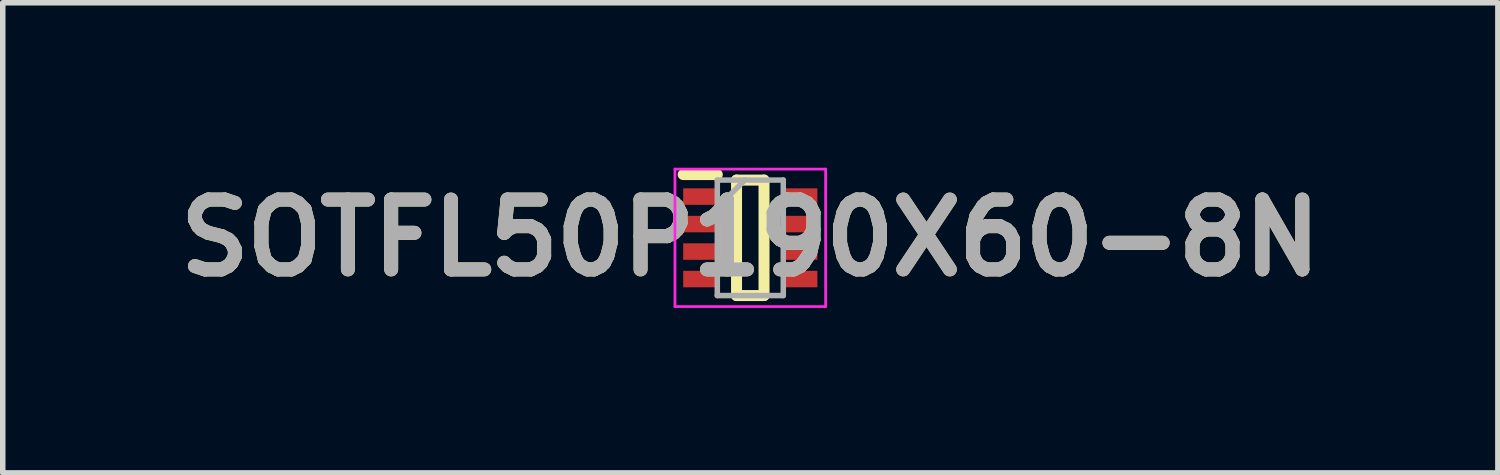
<source format=kicad_pcb>
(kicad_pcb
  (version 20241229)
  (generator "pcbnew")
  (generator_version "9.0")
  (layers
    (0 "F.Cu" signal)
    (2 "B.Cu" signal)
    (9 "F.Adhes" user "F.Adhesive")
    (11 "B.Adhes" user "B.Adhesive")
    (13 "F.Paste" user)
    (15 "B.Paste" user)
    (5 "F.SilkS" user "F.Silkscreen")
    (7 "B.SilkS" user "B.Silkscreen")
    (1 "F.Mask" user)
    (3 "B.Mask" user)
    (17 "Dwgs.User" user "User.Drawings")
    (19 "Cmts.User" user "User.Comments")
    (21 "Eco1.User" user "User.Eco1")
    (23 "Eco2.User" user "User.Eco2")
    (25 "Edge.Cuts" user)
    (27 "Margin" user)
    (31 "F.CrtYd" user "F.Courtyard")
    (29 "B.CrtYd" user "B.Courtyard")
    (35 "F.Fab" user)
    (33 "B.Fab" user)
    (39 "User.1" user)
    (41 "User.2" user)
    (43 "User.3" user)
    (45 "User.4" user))
  (footprint "SOTFL50P190X60-8N"
    (layer "F.Cu")
    (at 10.595 1.275)
    (property "Reference" "SOTFL50P190X60-8N" (at 0 0 0) (layer "F.SilkS") (effects (font (size 1.27 1.27) (thickness 0.254))))
    (attr smd)
    (fp_line (start -1.22 -1.15) (end -0.6 -1.15) (stroke (width 0.2) (type solid)) (layer "F.SilkS"))
    (fp_line (start -0.25 -1.05) (end 0.25 -1.05) (stroke (width 0.2) (type solid)) (layer "F.SilkS"))
    (fp_line (start -0.25 1.05) (end -0.25 -1.05) (stroke (width 0.2) (type solid)) (layer "F.SilkS"))
    (fp_line (start 0.25 -1.05) (end 0.25 1.05) (stroke (width 0.2) (type solid)) (layer "F.SilkS"))
    (fp_line (start 0.25 1.05) (end -0.25 1.05) (stroke (width 0.2) (type solid)) (layer "F.SilkS"))
    (fp_line (start -1.37 -1.25) (end 1.37 -1.25) (stroke (width 0.05) (type solid)) (layer "F.CrtYd"))
    (fp_line (start -1.37 1.25) (end -1.37 -1.25) (stroke (width 0.05) (type solid)) (layer "F.CrtYd"))
    (fp_line (start 1.37 -1.25) (end 1.37 1.25) (stroke (width 0.05) (type solid)) (layer "F.CrtYd"))
    (fp_line (start 1.37 1.25) (end -1.37 1.25) (stroke (width 0.05) (type solid)) (layer "F.CrtYd"))
    (fp_line (start -0.6 -1.05) (end 0.6 -1.05) (stroke (width 0.1) (type solid)) (layer "F.Fab"))
    (fp_line (start -0.6 -0.55) (end -0.1 -1.05) (stroke (width 0.1) (type solid)) (layer "F.Fab"))
    (fp_line (start -0.6 1.05) (end -0.6 -1.05) (stroke (width 0.1) (type solid)) (layer "F.Fab"))
    (fp_line (start 0.6 -1.05) (end 0.6 1.05) (stroke (width 0.1) (type solid)) (layer "F.Fab"))
    (fp_line (start 0.6 1.05) (end -0.6 1.05) (stroke (width 0.1) (type solid)) (layer "F.Fab"))
    (fp_text user "${REFERENCE}" (at 0 0 0) (layer "F.Fab") (effects (font (size 1.27 1.27) (thickness 0.254))))
    (pad "1" smd rect (at -0.91 -0.75 90) (size 0.3 0.62) (layers "F.Cu" "F.Mask" "F.Paste"))
    (pad "2" smd rect (at -0.91 -0.25 90) (size 0.3 0.62) (layers "F.Cu" "F.Mask" "F.Paste"))
    (pad "3" smd rect (at -0.91 0.25 90) (size 0.3 0.62) (layers "F.Cu" "F.Mask" "F.Paste"))
    (pad "4" smd rect (at -0.91 0.75 90) (size 0.3 0.62) (layers "F.Cu" "F.Mask" "F.Paste"))
    (pad "5" smd rect (at 0.91 0.75 90) (size 0.3 0.62) (layers "F.Cu" "F.Mask" "F.Paste"))
    (pad "6" smd rect (at 0.91 0.25 90) (size 0.3 0.62) (layers "F.Cu" "F.Mask" "F.Paste"))
    (pad "7" smd rect (at 0.91 -0.25 90) (size 0.3 0.62) (layers "F.Cu" "F.Mask" "F.Paste"))
    (pad "8" smd rect (at 0.91 -0.75 90) (size 0.3 0.62) (layers "F.Cu" "F.Mask" "F.Paste")))
  (gr_rect
    (start -3 -3)
    (end 24.191 5.55)
    (stroke (width 0.1) (type default))
    (fill no)
    (layer "Edge.Cuts")))
</source>
